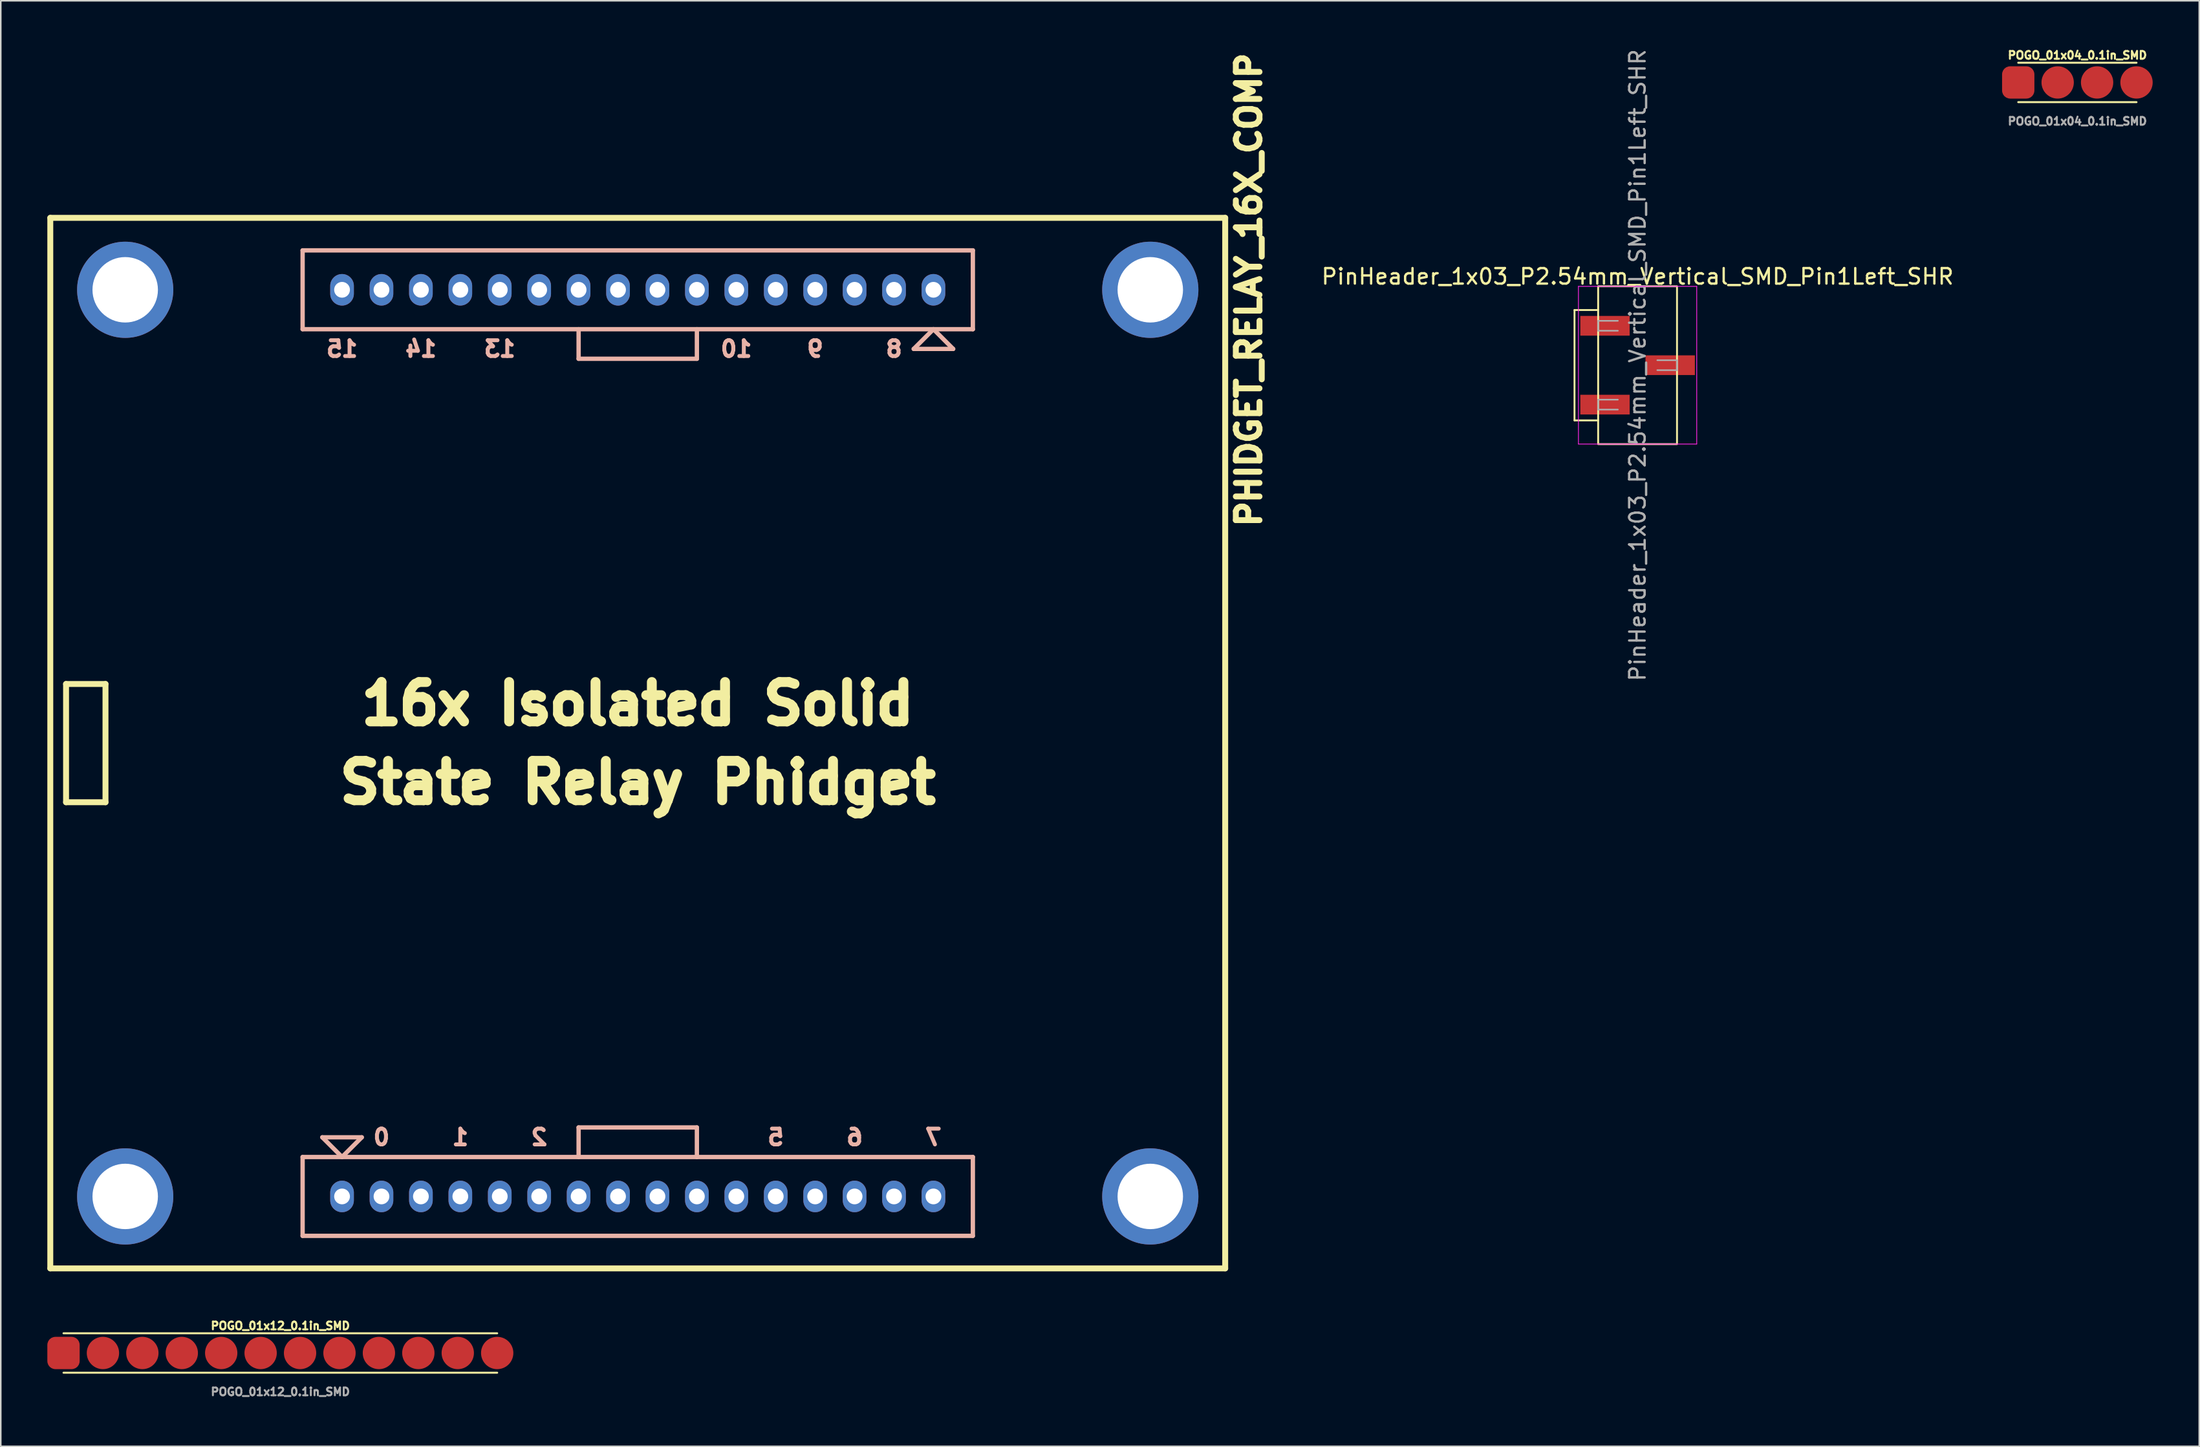
<source format=kicad_pcb>
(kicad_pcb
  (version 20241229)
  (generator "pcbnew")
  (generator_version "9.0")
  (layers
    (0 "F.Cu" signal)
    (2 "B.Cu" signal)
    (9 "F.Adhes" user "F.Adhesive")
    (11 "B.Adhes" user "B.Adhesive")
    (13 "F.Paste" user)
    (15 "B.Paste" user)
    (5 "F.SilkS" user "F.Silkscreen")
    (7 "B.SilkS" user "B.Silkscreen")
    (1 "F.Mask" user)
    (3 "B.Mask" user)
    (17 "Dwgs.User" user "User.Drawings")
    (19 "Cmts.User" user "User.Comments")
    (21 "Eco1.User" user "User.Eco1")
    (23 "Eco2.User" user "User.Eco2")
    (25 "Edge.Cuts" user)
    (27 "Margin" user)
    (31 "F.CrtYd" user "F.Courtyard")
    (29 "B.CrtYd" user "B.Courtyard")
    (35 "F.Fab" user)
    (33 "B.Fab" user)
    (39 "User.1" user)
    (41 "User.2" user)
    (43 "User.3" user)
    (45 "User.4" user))
  (footprint "PinHeader_1x03_P2.54mm_Vertical_SMD_Pin1Left_SHR"
    (layer "F.Cu")
    (at 102.449 20.482)
    (property "Reference" "PinHeader_1x03_P2.54mm_Vertical_SMD_Pin1Left_SHR" (at 0 -5.715 0) (layer "F.SilkS") (effects (font (size 1 1) (thickness 0.15))))
    (attr smd)
    (fp_line (start -4.064 -3.556) (end -2.54 -3.556) (stroke (width 0.12) (type solid)) (layer "F.SilkS"))
    (fp_line (start -4.064 3.556) (end -4.064 -3.556) (stroke (width 0.12) (type solid)) (layer "F.SilkS"))
    (fp_line (start -2.54 3.556) (end -4.064 3.556) (stroke (width 0.12) (type solid)) (layer "F.SilkS"))
    (fp_rect (start -2.54 -5.085) (end 2.54 5.085) (stroke (width 0.12) (type solid)) (fill no) (layer "F.SilkS"))
    (fp_line (start -3.81 -5.08) (end -3.81 5.08) (stroke (width 0.05) (type solid)) (layer "F.CrtYd"))
    (fp_line (start -3.81 5.08) (end 3.81 5.08) (stroke (width 0.05) (type solid)) (layer "F.CrtYd"))
    (fp_line (start 3.81 -5.08) (end -3.81 -5.08) (stroke (width 0.05) (type solid)) (layer "F.CrtYd"))
    (fp_line (start 3.81 5.08) (end 3.81 -5.08) (stroke (width 0.05) (type solid)) (layer "F.CrtYd"))
    (fp_line (start -2.54 -2.86) (end -2.54 -2.22) (stroke (width 0.1) (type solid)) (layer "F.Fab"))
    (fp_line (start -2.54 -2.22) (end -1.27 -2.22) (stroke (width 0.1) (type solid)) (layer "F.Fab"))
    (fp_line (start -2.54 2.22) (end -2.54 2.86) (stroke (width 0.1) (type solid)) (layer "F.Fab"))
    (fp_line (start -2.54 2.86) (end -1.27 2.86) (stroke (width 0.1) (type solid)) (layer "F.Fab"))
    (fp_line (start -1.27 -2.86) (end -2.54 -2.86) (stroke (width 0.1) (type solid)) (layer "F.Fab"))
    (fp_line (start -1.27 2.22) (end -2.54 2.22) (stroke (width 0.1) (type solid)) (layer "F.Fab"))
    (fp_line (start 1.27 -0.32) (end 2.54 -0.32) (stroke (width 0.1) (type solid)) (layer "F.Fab"))
    (fp_line (start 2.54 -0.32) (end 2.54 0.32) (stroke (width 0.1) (type solid)) (layer "F.Fab"))
    (fp_line (start 2.54 0.32) (end 1.27 0.32) (stroke (width 0.1) (type solid)) (layer "F.Fab"))
    (fp_text user "${REFERENCE}" (at 0 0 90) (layer "F.Fab") (effects (font (size 1 1) (thickness 0.15))))
    (pad "1" smd rect (at -2.1 -2.54) (size 3.18 1.27) (layers "F.Cu" "F.Mask" "F.Paste"))
    (pad "2" smd rect (at 2.1 0) (size 3.18 1.27) (layers "F.Cu" "F.Mask" "F.Paste"))
    (pad "3" smd rect (at -2.1 2.54) (size 3.18 1.27) (layers "F.Cu" "F.Mask" "F.Paste")))
  (footprint "PHIDGET_RELAY_16X_COMP"
    (layer "F.Cu")
    (at 38.036 44.833)
    (property "Reference" "PHIDGET_RELAY_16X_COMP" (at 39.37 -29.21 90) (layer "F.SilkS") (effects (font (size 1.524 1.524) (thickness 0.381))))
    (attr through_hole)
    (fp_line (start -37.846 -33.846) (end -37.846 33.846) (stroke (width 0.381) (type solid)) (layer "F.SilkS"))
    (fp_line (start -37.846 33.846) (end 37.846 33.846) (stroke (width 0.381) (type solid)) (layer "F.SilkS"))
    (fp_line (start -36.83 -3.81) (end -36.83 3.81) (stroke (width 0.381) (type solid)) (layer "F.SilkS"))
    (fp_line (start -36.83 -3.81) (end -34.29 -3.81) (stroke (width 0.381) (type solid)) (layer "F.SilkS"))
    (fp_line (start -34.29 -3.81) (end -34.29 3.81) (stroke (width 0.381) (type solid)) (layer "F.SilkS"))
    (fp_line (start -34.29 3.81) (end -36.83 3.81) (stroke (width 0.381) (type solid)) (layer "F.SilkS"))
    (fp_line (start 37.846 -33.846) (end -37.846 -33.846) (stroke (width 0.381) (type solid)) (layer "F.SilkS"))
    (fp_line (start 37.846 -33.846) (end 37.846 33.846) (stroke (width 0.381) (type solid)) (layer "F.SilkS"))
    (fp_line (start -21.59 -31.75) (end 21.59 -31.75) (stroke (width 0.279) (type solid)) (layer "B.SilkS"))
    (fp_line (start -21.59 -26.67) (end -21.59 -31.75) (stroke (width 0.279) (type solid)) (layer "B.SilkS"))
    (fp_line (start -21.59 26.67) (end 21.59 26.67) (stroke (width 0.279) (type solid)) (layer "B.SilkS"))
    (fp_line (start -21.59 31.75) (end -21.59 26.67) (stroke (width 0.279) (type solid)) (layer "B.SilkS"))
    (fp_line (start -20.32 25.4) (end -19.05 26.67) (stroke (width 0.279) (type solid)) (layer "B.SilkS"))
    (fp_line (start -19.05 26.67) (end -17.78 25.4) (stroke (width 0.279) (type solid)) (layer "B.SilkS"))
    (fp_line (start -17.78 25.4) (end -20.32 25.4) (stroke (width 0.279) (type solid)) (layer "B.SilkS"))
    (fp_line (start -3.81 -24.765) (end -3.81 -26.67) (stroke (width 0.279) (type solid)) (layer "B.SilkS"))
    (fp_line (start -3.81 -24.765) (end 3.81 -24.765) (stroke (width 0.279) (type solid)) (layer "B.SilkS"))
    (fp_line (start -3.81 26.67) (end -3.81 24.765) (stroke (width 0.279) (type solid)) (layer "B.SilkS"))
    (fp_line (start 3.81 -26.67) (end 3.81 -24.765) (stroke (width 0.279) (type solid)) (layer "B.SilkS"))
    (fp_line (start 3.81 24.765) (end -3.81 24.765) (stroke (width 0.279) (type solid)) (layer "B.SilkS"))
    (fp_line (start 3.81 24.765) (end 3.81 26.67) (stroke (width 0.279) (type solid)) (layer "B.SilkS"))
    (fp_line (start 17.78 -25.4) (end 20.32 -25.4) (stroke (width 0.279) (type solid)) (layer "B.SilkS"))
    (fp_line (start 19.05 -26.67) (end 17.78 -25.4) (stroke (width 0.279) (type solid)) (layer "B.SilkS"))
    (fp_line (start 20.32 -25.4) (end 19.05 -26.67) (stroke (width 0.279) (type solid)) (layer "B.SilkS"))
    (fp_line (start 21.59 -31.75) (end 21.59 -26.67) (stroke (width 0.279) (type solid)) (layer "B.SilkS"))
    (fp_line (start 21.59 -26.67) (end -21.59 -26.67) (stroke (width 0.279) (type solid)) (layer "B.SilkS"))
    (fp_line (start 21.59 26.67) (end 21.59 31.75) (stroke (width 0.279) (type solid)) (layer "B.SilkS"))
    (fp_line (start 21.59 31.75) (end -21.59 31.75) (stroke (width 0.279) (type solid)) (layer "B.SilkS"))
    (fp_text user "16x Isolated Solid" (at 0 -2.54 0) (layer "F.SilkS") (effects (font (size 2.54 2.54) (thickness 0.635))))
    (fp_text user "State Relay Phidget" (at 0 2.54 0) (layer "F.SilkS") (effects (font (size 2.54 2.54) (thickness 0.635))))
    (fp_text user "2" (at -6.35 25.4 180) (layer "B.SilkS") (effects (font (size 1.016 1.016) (thickness 0.254)) (justify mirror)))
    (fp_text user "8" (at 16.51 -25.4 0) (layer "B.SilkS") (effects (font (size 1.016 1.016) (thickness 0.254)) (justify mirror)))
    (fp_text user "0" (at -16.51 25.4 180) (layer "B.SilkS") (effects (font (size 1.016 1.016) (thickness 0.254)) (justify mirror)))
    (fp_text user "6" (at 13.97 25.4 180) (layer "B.SilkS") (effects (font (size 1.016 1.016) (thickness 0.254)) (justify mirror)))
    (fp_text user "15" (at -19.05 -25.4 0) (layer "B.SilkS") (effects (font (size 1.016 1.016) (thickness 0.254)) (justify mirror)))
    (fp_text user "1" (at -11.43 25.4 180) (layer "B.SilkS") (effects (font (size 1.016 1.016) (thickness 0.254)) (justify mirror)))
    (fp_text user "10" (at 6.35 -25.4 0) (layer "B.SilkS") (effects (font (size 1.016 1.016) (thickness 0.254)) (justify mirror)))
    (fp_text user "13" (at -8.89 -25.4 0) (layer "B.SilkS") (effects (font (size 1.016 1.016) (thickness 0.254)) (justify mirror)))
    (fp_text user "7" (at 19.05 25.4 180) (layer "B.SilkS") (effects (font (size 1.016 1.016) (thickness 0.254)) (justify mirror)))
    (fp_text user "9" (at 11.43 -25.4 0) (layer "B.SilkS") (effects (font (size 1.016 1.016) (thickness 0.254)) (justify mirror)))
    (fp_text user "5" (at 8.89 25.4 180) (layer "B.SilkS") (effects (font (size 1.016 1.016) (thickness 0.254)) (justify mirror)))
    (fp_text user "14" (at -13.97 -25.4 0) (layer "B.SilkS") (effects (font (size 1.016 1.016) (thickness 0.254)) (justify mirror)))
    (pad "" thru_hole circle (at -33.02 -29.21 270) (size 6.198 6.198) (drill 4.216) (layers "*.Cu" "*.Mask"))
    (pad "" thru_hole circle (at -33.02 29.21 270) (size 6.198 6.198) (drill 4.216) (layers "*.Cu" "*.Mask"))
    (pad "" thru_hole circle (at 33.02 -29.21 270) (size 6.198 6.198) (drill 4.216) (layers "*.Cu" "*.Mask"))
    (pad "" thru_hole circle (at 33.02 29.21 270) (size 6.198 6.198) (drill 4.216) (layers "*.Cu" "*.Mask"))
    (pad "1" thru_hole oval (at -19.05 29.21 180) (size 1.524 2.032) (drill 1.016) (layers "*.Cu" "*.Mask"))
    (pad "2" thru_hole oval (at -16.51 29.21 180) (size 1.524 2.032) (drill 1.016) (layers "*.Cu" "*.Mask"))
    (pad "3" thru_hole oval (at -13.97 29.21 180) (size 1.524 2.032) (drill 1.016) (layers "*.Cu" "*.Mask"))
    (pad "4" thru_hole oval (at -11.43 29.21 180) (size 1.524 2.032) (drill 1.016) (layers "*.Cu" "*.Mask"))
    (pad "5" thru_hole oval (at -8.89 29.21 180) (size 1.524 2.032) (drill 1.016) (layers "*.Cu" "*.Mask"))
    (pad "6" thru_hole oval (at -6.35 29.21 180) (size 1.524 2.032) (drill 1.016) (layers "*.Cu" "*.Mask"))
    (pad "7" thru_hole oval (at -3.81 29.21 180) (size 1.524 2.032) (drill 1.016) (layers "*.Cu" "*.Mask"))
    (pad "8" thru_hole oval (at -1.27 29.21 180) (size 1.524 2.032) (drill 1.016) (layers "*.Cu" "*.Mask"))
    (pad "9" thru_hole oval (at 1.27 29.21 180) (size 1.524 2.032) (drill 1.016) (layers "*.Cu" "*.Mask"))
    (pad "10" thru_hole oval (at 3.81 29.21 180) (size 1.524 2.032) (drill 1.016) (layers "*.Cu" "*.Mask"))
    (pad "11" thru_hole oval (at 6.35 29.21 180) (size 1.524 2.032) (drill 1.016) (layers "*.Cu" "*.Mask"))
    (pad "12" thru_hole oval (at 8.89 29.21 180) (size 1.524 2.032) (drill 1.016) (layers "*.Cu" "*.Mask"))
    (pad "13" thru_hole oval (at 11.43 29.21 180) (size 1.524 2.032) (drill 1.016) (layers "*.Cu" "*.Mask"))
    (pad "14" thru_hole oval (at 13.97 29.21 180) (size 1.524 2.032) (drill 1.016) (layers "*.Cu" "*.Mask"))
    (pad "15" thru_hole oval (at 16.51 29.21 180) (size 1.524 2.032) (drill 1.016) (layers "*.Cu" "*.Mask"))
    (pad "16" thru_hole oval (at 19.05 29.21 180) (size 1.524 2.032) (drill 1.016) (layers "*.Cu" "*.Mask"))
    (pad "17" thru_hole oval (at 19.05 -29.21) (size 1.524 2.032) (drill 1.016) (layers "*.Cu" "*.Mask"))
    (pad "18" thru_hole oval (at 16.51 -29.21) (size 1.524 2.032) (drill 1.016) (layers "*.Cu" "*.Mask"))
    (pad "19" thru_hole oval (at 13.97 -29.21) (size 1.524 2.032) (drill 1.016) (layers "*.Cu" "*.Mask"))
    (pad "20" thru_hole oval (at 11.43 -29.21) (size 1.524 2.032) (drill 1.016) (layers "*.Cu" "*.Mask"))
    (pad "21" thru_hole oval (at 8.89 -29.21) (size 1.524 2.032) (drill 1.016) (layers "*.Cu" "*.Mask"))
    (pad "22" thru_hole oval (at 6.35 -29.21) (size 1.524 2.032) (drill 1.016) (layers "*.Cu" "*.Mask"))
    (pad "23" thru_hole oval (at 3.81 -29.21) (size 1.524 2.032) (drill 1.016) (layers "*.Cu" "*.Mask"))
    (pad "24" thru_hole oval (at 1.27 -29.21) (size 1.524 2.032) (drill 1.016) (layers "*.Cu" "*.Mask"))
    (pad "25" thru_hole oval (at -1.27 -29.21) (size 1.524 2.032) (drill 1.016) (layers "*.Cu" "*.Mask"))
    (pad "26" thru_hole oval (at -3.81 -29.21) (size 1.524 2.032) (drill 1.016) (layers "*.Cu" "*.Mask"))
    (pad "27" thru_hole oval (at -6.35 -29.21) (size 1.524 2.032) (drill 1.016) (layers "*.Cu" "*.Mask"))
    (pad "28" thru_hole oval (at -8.89 -29.21) (size 1.524 2.032) (drill 1.016) (layers "*.Cu" "*.Mask"))
    (pad "29" thru_hole oval (at -11.43 -29.21) (size 1.524 2.032) (drill 1.016) (layers "*.Cu" "*.Mask"))
    (pad "30" thru_hole oval (at -13.97 -29.21) (size 1.524 2.032) (drill 1.016) (layers "*.Cu" "*.Mask"))
    (pad "31" thru_hole oval (at -16.51 -29.21) (size 1.524 2.032) (drill 1.016) (layers "*.Cu" "*.Mask"))
    (pad "32" thru_hole oval (at -19.05 -29.21) (size 1.524 2.032) (drill 1.016) (layers "*.Cu" "*.Mask")))
  (footprint "POGO_01x12_0.1in_SMD"
    (layer "F.Cu")
    (at 15.011 84.131)
    (property "Reference" "POGO_01x12_0.1in_SMD" (at 0 -1.75 0) (unlocked yes) (layer "F.SilkS") (effects (font (size 0.5 0.5) (thickness 0.125))))
    (attr smd)
    (fp_line (start -13.97 1.27) (end 13.97 1.27) (stroke (width 0.125) (type solid)) (layer "F.SilkS"))
    (fp_line (start 13.97 -1.27) (end -13.97 -1.27) (stroke (width 0.125) (type solid)) (layer "F.SilkS"))
    (fp_text user "${REFERENCE}" (at 0 2.5 0) (unlocked yes) (layer "F.Fab") (effects (font (size 0.5 0.5) (thickness 0.125))))
    (pad "1" smd roundrect (at -13.97 0) (size 2.083 2.083) (layers "F.Cu" "F.Mask" "F.Paste") (roundrect_rratio 0.25))
    (pad "2" smd circle (at -11.43 0) (size 2.083 2.083) (layers "F.Cu" "F.Mask" "F.Paste"))
    (pad "3" smd circle (at -8.89 0) (size 2.083 2.083) (layers "F.Cu" "F.Mask" "F.Paste"))
    (pad "4" smd circle (at -6.35 0) (size 2.083 2.083) (layers "F.Cu" "F.Mask" "F.Paste"))
    (pad "5" smd circle (at -3.81 0) (size 2.083 2.083) (layers "F.Cu" "F.Mask" "F.Paste"))
    (pad "6" smd circle (at -1.27 0) (size 2.083 2.083) (layers "F.Cu" "F.Mask" "F.Paste"))
    (pad "7" smd circle (at 1.27 0) (size 2.083 2.083) (layers "F.Cu" "F.Mask" "F.Paste"))
    (pad "8" smd circle (at 3.81 0) (size 2.083 2.083) (layers "F.Cu" "F.Mask" "F.Paste"))
    (pad "9" smd circle (at 6.35 0) (size 2.083 2.083) (layers "F.Cu" "F.Mask" "F.Paste"))
    (pad "10" smd circle (at 8.89 0) (size 2.083 2.083) (layers "F.Cu" "F.Mask" "F.Paste"))
    (pad "11" smd circle (at 11.43 0) (size 2.083 2.083) (layers "F.Cu" "F.Mask" "F.Paste"))
    (pad "12" smd circle (at 13.97 0) (size 2.083 2.083) (layers "F.Cu" "F.Mask" "F.Paste")))
  (footprint "POGO_01x04_0.1in_SMD"
    (layer "F.Cu")
    (at 130.782 2.262)
    (property "Reference" "POGO_01x04_0.1in_SMD" (at 0 -1.75 0) (unlocked yes) (layer "F.SilkS") (effects (font (size 0.5 0.5) (thickness 0.125))))
    (attr smd)
    (fp_line (start 3.81 -1.27) (end -3.81 -1.27) (stroke (width 0.125) (type solid)) (layer "F.SilkS"))
    (fp_line (start 3.81 1.27) (end -3.81 1.27) (stroke (width 0.125) (type solid)) (layer "F.SilkS"))
    (fp_text user "${REFERENCE}" (at 0 2.5 0) (unlocked yes) (layer "F.Fab") (effects (font (size 0.5 0.5) (thickness 0.125))))
    (pad "1" smd roundrect (at -3.81 0) (size 2.083 2.083) (layers "F.Cu" "F.Mask" "F.Paste") (roundrect_rratio 0.25))
    (pad "2" smd circle (at -1.27 0) (size 2.083 2.083) (layers "F.Cu" "F.Mask" "F.Paste"))
    (pad "3" smd circle (at 1.27 0) (size 2.083 2.083) (layers "F.Cu" "F.Mask" "F.Paste"))
    (pad "4" smd circle (at 3.81 0) (size 2.083 2.083) (layers "F.Cu" "F.Mask" "F.Paste")))
  (gr_rect
    (start -3 -3)
    (end 138.634 90.143)
    (stroke (width 0.1) (type default))
    (fill no)
    (layer "Edge.Cuts")))
</source>
